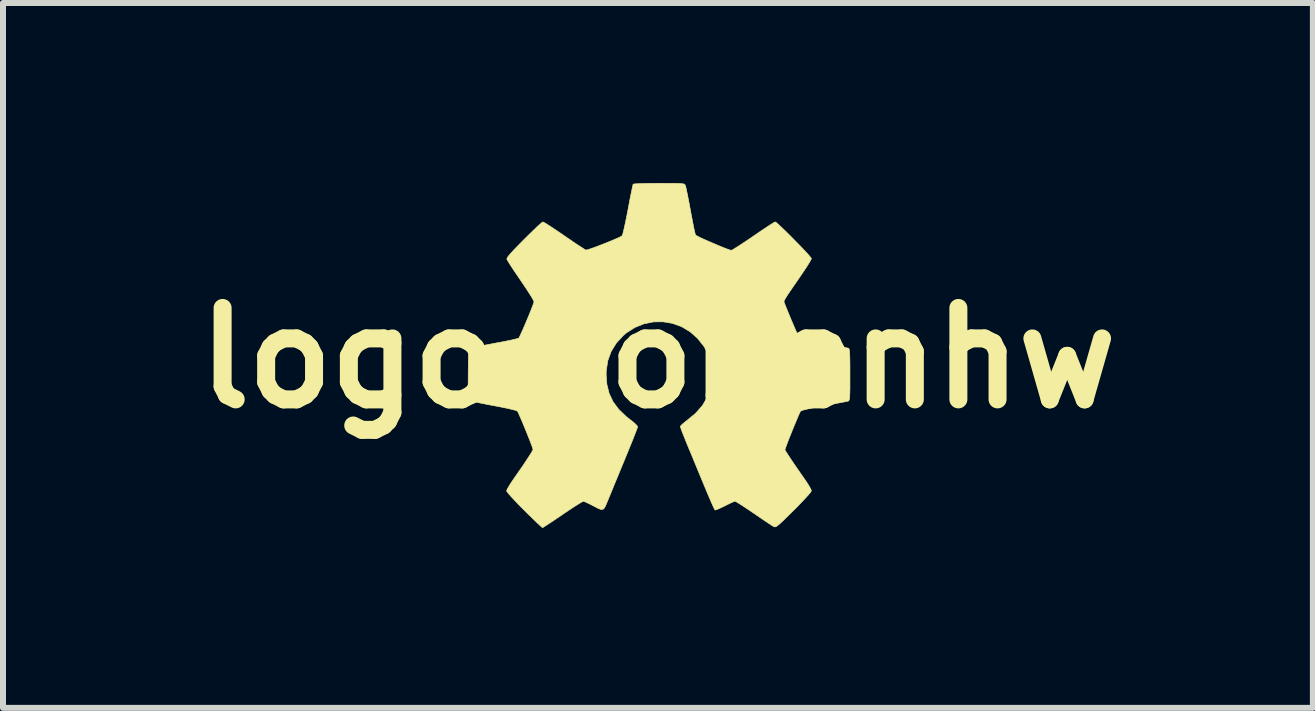
<source format=kicad_pcb>
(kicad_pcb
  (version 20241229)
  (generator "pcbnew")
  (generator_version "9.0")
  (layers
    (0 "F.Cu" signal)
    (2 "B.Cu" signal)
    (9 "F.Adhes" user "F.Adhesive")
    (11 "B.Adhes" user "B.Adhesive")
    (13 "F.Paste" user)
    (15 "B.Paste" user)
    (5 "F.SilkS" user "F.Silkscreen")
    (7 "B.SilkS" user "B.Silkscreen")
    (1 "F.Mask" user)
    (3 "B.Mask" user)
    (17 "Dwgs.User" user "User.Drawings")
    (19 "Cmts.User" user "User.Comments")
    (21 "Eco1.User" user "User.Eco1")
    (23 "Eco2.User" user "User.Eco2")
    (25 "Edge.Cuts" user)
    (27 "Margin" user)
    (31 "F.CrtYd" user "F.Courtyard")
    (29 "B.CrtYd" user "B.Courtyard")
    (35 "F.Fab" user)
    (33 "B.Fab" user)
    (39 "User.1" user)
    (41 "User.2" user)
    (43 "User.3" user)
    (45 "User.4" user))
  (footprint "logo-openhw"
    (layer "F.Cu")
    (at 7.918 2.918)
    (property "Reference" "logo-openhw" (at 0 0 0) (layer "F.SilkS") (effects (font (size 1.524 1.524) (thickness 0.3))))
    (attr through_hole)
    (fp_poly (pts (xy 0.149 -2.912) (xy 0.249 -2.912) (xy 0.324 -2.911) (xy 0.377 -2.909) (xy 0.412 -2.905) (xy 0.434 -2.9) (xy 0.447 -2.892) (xy 0.454 -2.882) (xy 0.457 -2.874) (xy 0.465 -2.847) (xy 0.477 -2.792) (xy 0.493 -2.714) (xy 0.512 -2.619) (xy 0.532 -2.511) (xy 0.542 -2.456) (xy 0.563 -2.346) (xy 0.582 -2.246) (xy 0.599 -2.161) (xy 0.613 -2.098) (xy 0.623 -2.06) (xy 0.625 -2.052) (xy 0.644 -2.039) (xy 0.688 -2.016) (xy 0.751 -1.986) (xy 0.828 -1.952) (xy 0.912 -1.916) (xy 0.996 -1.88) (xy 1.076 -1.847) (xy 1.144 -1.82) (xy 1.196 -1.802) (xy 1.223 -1.795) (xy 1.224 -1.795) (xy 1.243 -1.804) (xy 1.286 -1.83) (xy 1.349 -1.87) (xy 1.428 -1.922) (xy 1.518 -1.982) (xy 1.591 -2.032) (xy 1.686 -2.097) (xy 1.774 -2.156) (xy 1.848 -2.205) (xy 1.906 -2.242) (xy 1.943 -2.264) (xy 1.954 -2.269) (xy 1.973 -2.257) (xy 2.01 -2.225) (xy 2.062 -2.176) (xy 2.126 -2.115) (xy 2.197 -2.045) (xy 2.271 -1.97) (xy 2.344 -1.896) (xy 2.412 -1.825) (xy 2.472 -1.761) (xy 2.518 -1.71) (xy 2.548 -1.674) (xy 2.557 -1.659) (xy 2.549 -1.637) (xy 2.525 -1.595) (xy 2.485 -1.53) (xy 2.427 -1.442) (xy 2.35 -1.329) (xy 2.255 -1.191) (xy 2.208 -1.123) (xy 2.164 -1.058) (xy 2.129 -1.002) (xy 2.106 -0.961) (xy 2.1 -0.942) (xy 2.106 -0.921) (xy 2.124 -0.874) (xy 2.15 -0.809) (xy 2.182 -0.731) (xy 2.217 -0.646) (xy 2.254 -0.56) (xy 2.288 -0.48) (xy 2.319 -0.41) (xy 2.343 -0.359) (xy 2.357 -0.33) (xy 2.359 -0.327) (xy 2.378 -0.322) (xy 2.425 -0.311) (xy 2.496 -0.297) (xy 2.586 -0.279) (xy 2.69 -0.258) (xy 2.761 -0.245) (xy 2.873 -0.224) (xy 2.974 -0.204) (xy 3.06 -0.187) (xy 3.126 -0.174) (xy 3.167 -0.165) (xy 3.177 -0.163) (xy 3.184 -0.154) (xy 3.19 -0.134) (xy 3.194 -0.097) (xy 3.197 -0.04) (xy 3.199 0.04) (xy 3.2 0.146) (xy 3.2 0.278) (xy 3.2 0.41) (xy 3.2 0.513) (xy 3.198 0.589) (xy 3.196 0.643) (xy 3.192 0.68) (xy 3.187 0.701) (xy 3.18 0.713) (xy 3.171 0.718) (xy 3.141 0.725) (xy 3.088 0.735) (xy 3.02 0.748) (xy 2.989 0.754) (xy 2.81 0.786) (xy 2.663 0.814) (xy 2.548 0.838) (xy 2.463 0.857) (xy 2.407 0.872) (xy 2.379 0.884) (xy 2.377 0.886) (xy 2.366 0.906) (xy 2.345 0.952) (xy 2.317 1.018) (xy 2.284 1.097) (xy 2.248 1.184) (xy 2.213 1.272) (xy 2.179 1.356) (xy 2.151 1.43) (xy 2.13 1.487) (xy 2.118 1.522) (xy 2.117 1.529) (xy 2.126 1.549) (xy 2.155 1.594) (xy 2.2 1.664) (xy 2.262 1.756) (xy 2.339 1.868) (xy 2.431 2) (xy 2.467 2.052) (xy 2.506 2.112) (xy 2.537 2.165) (xy 2.555 2.203) (xy 2.557 2.213) (xy 2.545 2.235) (xy 2.511 2.277) (xy 2.458 2.336) (xy 2.387 2.411) (xy 2.303 2.498) (xy 2.262 2.538) (xy 2.17 2.629) (xy 2.099 2.699) (xy 2.045 2.75) (xy 2.006 2.784) (xy 1.978 2.805) (xy 1.958 2.814) (xy 1.943 2.815) (xy 1.929 2.81) (xy 1.929 2.81) (xy 1.904 2.795) (xy 1.856 2.763) (xy 1.79 2.719) (xy 1.71 2.665) (xy 1.621 2.604) (xy 1.599 2.589) (xy 1.51 2.529) (xy 1.431 2.476) (xy 1.364 2.433) (xy 1.315 2.403) (xy 1.288 2.388) (xy 1.285 2.388) (xy 1.261 2.395) (xy 1.216 2.415) (xy 1.155 2.444) (xy 1.114 2.465) (xy 1.05 2.496) (xy 0.996 2.52) (xy 0.96 2.532) (xy 0.95 2.533) (xy 0.94 2.515) (xy 0.919 2.471) (xy 0.889 2.404) (xy 0.853 2.32) (xy 0.811 2.222) (xy 0.787 2.164) (xy 0.733 2.034) (xy 0.673 1.889) (xy 0.612 1.741) (xy 0.555 1.602) (xy 0.505 1.484) (xy 0.465 1.386) (xy 0.43 1.298) (xy 0.401 1.225) (xy 0.382 1.172) (xy 0.373 1.144) (xy 0.373 1.142) (xy 0.385 1.123) (xy 0.42 1.091) (xy 0.468 1.052) (xy 0.478 1.045) (xy 0.625 0.924) (xy 0.741 0.793) (xy 0.824 0.65) (xy 0.878 0.495) (xy 0.901 0.326) (xy 0.903 0.271) (xy 0.889 0.105) (xy 0.845 -0.047) (xy 0.77 -0.189) (xy 0.663 -0.324) (xy 0.661 -0.327) (xy 0.534 -0.439) (xy 0.393 -0.523) (xy 0.241 -0.578) (xy 0.083 -0.604) (xy -0.077 -0.602) (xy -0.234 -0.57) (xy -0.386 -0.509) (xy -0.527 -0.419) (xy -0.575 -0.378) (xy -0.693 -0.251) (xy -0.78 -0.11) (xy -0.837 0.045) (xy -0.862 0.214) (xy -0.864 0.269) (xy -0.852 0.438) (xy -0.814 0.59) (xy -0.749 0.728) (xy -0.655 0.855) (xy -0.53 0.975) (xy -0.457 1.033) (xy -0.403 1.075) (xy -0.363 1.113) (xy -0.341 1.139) (xy -0.339 1.145) (xy -0.345 1.165) (xy -0.363 1.214) (xy -0.391 1.286) (xy -0.427 1.378) (xy -0.471 1.486) (xy -0.52 1.606) (xy -0.561 1.706) (xy -0.616 1.839) (xy -0.669 1.968) (xy -0.719 2.088) (xy -0.762 2.194) (xy -0.798 2.281) (xy -0.824 2.345) (xy -0.835 2.371) (xy -0.867 2.449) (xy -0.892 2.499) (xy -0.918 2.523) (xy -0.951 2.525) (xy -0.998 2.506) (xy -1.067 2.47) (xy -1.076 2.466) (xy -1.141 2.432) (xy -1.196 2.406) (xy -1.234 2.39) (xy -1.245 2.388) (xy -1.265 2.397) (xy -1.308 2.423) (xy -1.371 2.462) (xy -1.449 2.513) (xy -1.538 2.572) (xy -1.59 2.608) (xy -1.682 2.67) (xy -1.765 2.726) (xy -1.835 2.772) (xy -1.888 2.806) (xy -1.918 2.825) (xy -1.925 2.828) (xy -1.94 2.816) (xy -1.975 2.784) (xy -2.027 2.735) (xy -2.093 2.671) (xy -2.17 2.596) (xy -2.23 2.536) (xy -2.317 2.449) (xy -2.392 2.37) (xy -2.453 2.304) (xy -2.497 2.254) (xy -2.52 2.222) (xy -2.523 2.214) (xy -2.514 2.188) (xy -2.488 2.142) (xy -2.45 2.082) (xy -2.407 2.018) (xy -2.327 1.903) (xy -2.254 1.798) (xy -2.192 1.704) (xy -2.141 1.627) (xy -2.105 1.569) (xy -2.086 1.534) (xy -2.083 1.525) (xy -2.089 1.501) (xy -2.106 1.453) (xy -2.132 1.385) (xy -2.164 1.304) (xy -2.199 1.217) (xy -2.235 1.128) (xy -2.27 1.045) (xy -2.301 0.974) (xy -2.325 0.919) (xy -2.341 0.888) (xy -2.344 0.884) (xy -2.366 0.875) (xy -2.417 0.861) (xy -2.491 0.843) (xy -2.583 0.824) (xy -2.688 0.803) (xy -2.745 0.793) (xy -2.855 0.772) (xy -2.954 0.752) (xy -3.038 0.735) (xy -3.101 0.72) (xy -3.138 0.71) (xy -3.146 0.707) (xy -3.153 0.693) (xy -3.158 0.663) (xy -3.161 0.614) (xy -3.163 0.541) (xy -3.164 0.442) (xy -3.163 0.313) (xy -3.163 0.264) (xy -3.158 -0.161) (xy -3.014 -0.19) (xy -2.945 -0.203) (xy -2.853 -0.221) (xy -2.748 -0.241) (xy -2.641 -0.261) (xy -2.602 -0.268) (xy -2.51 -0.286) (xy -2.43 -0.303) (xy -2.368 -0.318) (xy -2.329 -0.328) (xy -2.32 -0.333) (xy -2.307 -0.355) (xy -2.285 -0.402) (xy -2.255 -0.468) (xy -2.221 -0.547) (xy -2.185 -0.632) (xy -2.149 -0.718) (xy -2.117 -0.798) (xy -2.091 -0.865) (xy -2.073 -0.914) (xy -2.066 -0.939) (xy -2.066 -0.939) (xy -2.075 -0.961) (xy -2.101 -1.007) (xy -2.141 -1.071) (xy -2.192 -1.15) (xy -2.252 -1.24) (xy -2.288 -1.293) (xy -2.352 -1.387) (xy -2.41 -1.473) (xy -2.458 -1.546) (xy -2.494 -1.603) (xy -2.515 -1.639) (xy -2.519 -1.648) (xy -2.515 -1.666) (xy -2.497 -1.695) (xy -2.46 -1.738) (xy -2.405 -1.799) (xy -2.329 -1.878) (xy -2.234 -1.974) (xy -2.151 -2.056) (xy -2.076 -2.129) (xy -2.012 -2.19) (xy -1.962 -2.235) (xy -1.929 -2.263) (xy -1.918 -2.269) (xy -1.899 -2.26) (xy -1.856 -2.234) (xy -1.793 -2.194) (xy -1.715 -2.142) (xy -1.626 -2.082) (xy -1.562 -2.038) (xy -1.467 -1.973) (xy -1.381 -1.914) (xy -1.306 -1.865) (xy -1.249 -1.828) (xy -1.212 -1.805) (xy -1.201 -1.8) (xy -1.178 -1.804) (xy -1.13 -1.819) (xy -1.063 -1.842) (xy -0.984 -1.872) (xy -0.899 -1.905) (xy -0.814 -1.939) (xy -0.735 -1.972) (xy -0.668 -2.001) (xy -0.62 -2.024) (xy -0.598 -2.038) (xy -0.589 -2.059) (xy -0.576 -2.109) (xy -0.559 -2.183) (xy -0.539 -2.276) (xy -0.517 -2.383) (xy -0.5 -2.47) (xy -0.479 -2.584) (xy -0.459 -2.688) (xy -0.441 -2.775) (xy -0.427 -2.843) (xy -0.417 -2.885) (xy -0.414 -2.898) (xy -0.395 -2.902) (xy -0.347 -2.905) (xy -0.274 -2.908) (xy -0.182 -2.911) (xy -0.074 -2.912) (xy 0.018 -2.913) (xy 0.149 -2.912)) (stroke (width 0.01) (type solid)) (fill yes) (layer "F.SilkS")))
  (gr_rect
    (start -3 -3)
    (end 18.835 8.75)
    (stroke (width 0.1) (type default))
    (fill no)
    (layer "Edge.Cuts")))
</source>
